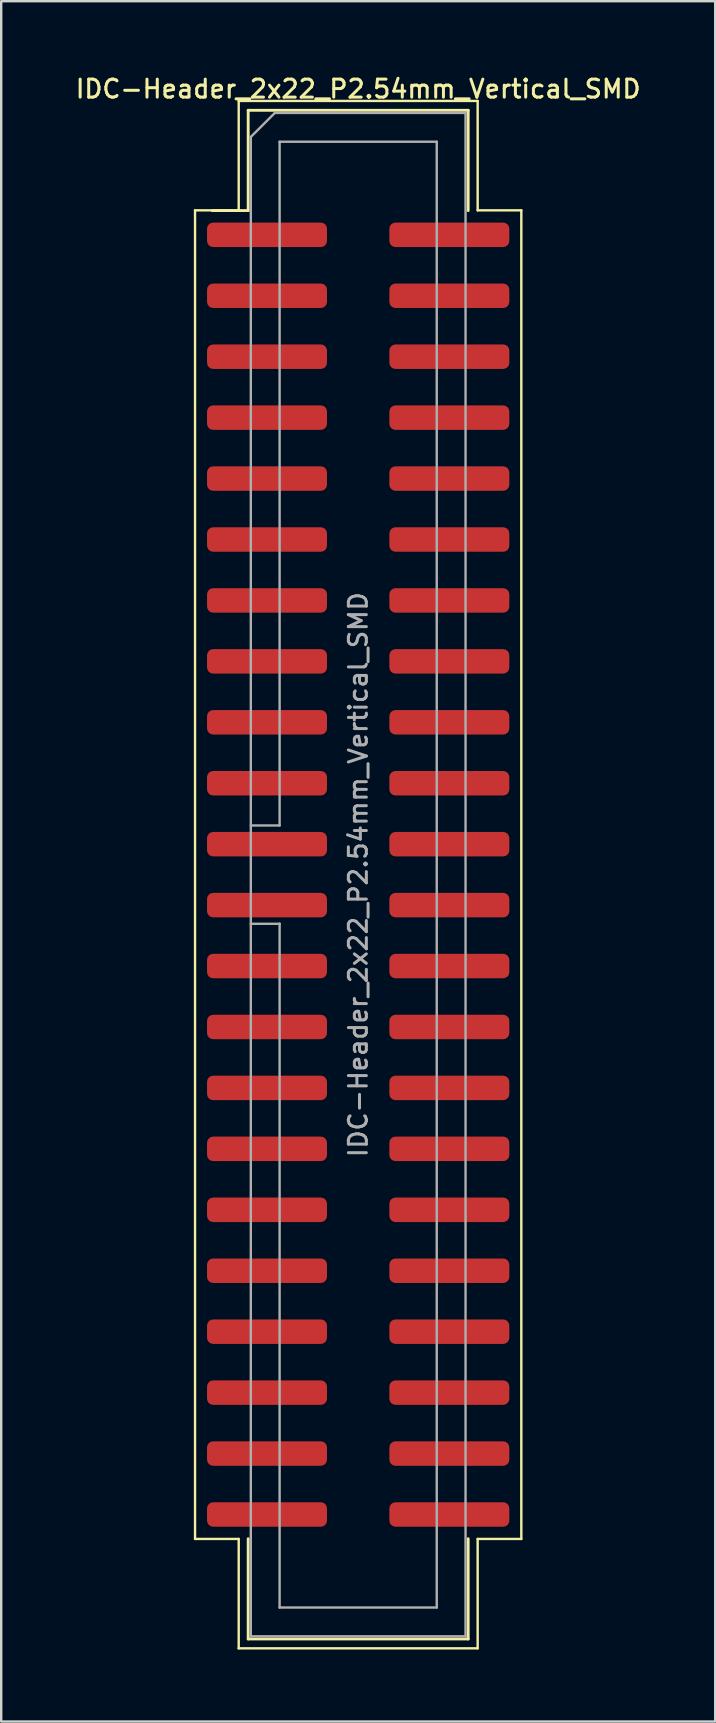
<source format=kicad_pcb>
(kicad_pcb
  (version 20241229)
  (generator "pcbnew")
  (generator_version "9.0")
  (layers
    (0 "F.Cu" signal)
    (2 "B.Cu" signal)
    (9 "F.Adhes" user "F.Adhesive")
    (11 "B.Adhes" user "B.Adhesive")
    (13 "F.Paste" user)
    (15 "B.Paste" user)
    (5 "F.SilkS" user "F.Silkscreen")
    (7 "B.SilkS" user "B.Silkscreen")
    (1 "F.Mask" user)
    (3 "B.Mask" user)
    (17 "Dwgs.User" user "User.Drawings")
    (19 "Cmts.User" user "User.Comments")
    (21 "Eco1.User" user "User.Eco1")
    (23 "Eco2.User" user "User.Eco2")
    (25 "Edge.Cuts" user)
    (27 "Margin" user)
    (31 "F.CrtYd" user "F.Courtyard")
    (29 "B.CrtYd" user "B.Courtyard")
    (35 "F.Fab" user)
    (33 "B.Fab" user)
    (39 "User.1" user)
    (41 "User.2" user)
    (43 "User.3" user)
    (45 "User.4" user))
  (footprint "IDC-Header_2x22_P2.54mm_Vertical_SMD"
    (layer "F.Cu")
    (at 11.88 33.408)
    (property "Reference" "IDC-Header_2x22_P2.54mm_Vertical_SMD" (at 0 -32.75 0) (layer "F.SilkS") (effects (font (size 0.75 0.75) (thickness 0.125))))
    (attr smd)
    (fp_line (start -6.8 -27.69) (end -6.8 27.69) (stroke (width 0.1) (type solid)) (layer "F.SilkS"))
    (fp_line (start -6.8 27.69) (end -4.98 27.69) (stroke (width 0.1) (type solid)) (layer "F.SilkS"))
    (fp_line (start -4.98 -32.25) (end -4.98 -27.69) (stroke (width 0.1) (type solid)) (layer "F.SilkS"))
    (fp_line (start -4.98 -27.69) (end -6.8 -27.69) (stroke (width 0.1) (type solid)) (layer "F.SilkS"))
    (fp_line (start -4.98 27.69) (end -4.98 32.25) (stroke (width 0.1) (type solid)) (layer "F.SilkS"))
    (fp_line (start -4.98 32.25) (end 4.98 32.25) (stroke (width 0.1) (type solid)) (layer "F.SilkS"))
    (fp_line (start -4.585 -31.86) (end 4.585 -31.86) (stroke (width 0.12) (type solid)) (layer "F.SilkS"))
    (fp_line (start -4.585 -27.68) (end -6.085 -27.68) (stroke (width 0.12) (type solid)) (layer "F.SilkS"))
    (fp_line (start -4.585 -27.68) (end -4.585 -31.86) (stroke (width 0.12) (type solid)) (layer "F.SilkS"))
    (fp_line (start -4.585 27.68) (end -4.585 31.86) (stroke (width 0.12) (type solid)) (layer "F.SilkS"))
    (fp_line (start -4.585 31.86) (end 4.585 31.86) (stroke (width 0.12) (type solid)) (layer "F.SilkS"))
    (fp_line (start 4.585 -31.86) (end 4.585 -27.68) (stroke (width 0.12) (type solid)) (layer "F.SilkS"))
    (fp_line (start 4.585 31.86) (end 4.585 27.68) (stroke (width 0.12) (type solid)) (layer "F.SilkS"))
    (fp_line (start 4.98 -32.25) (end -4.98 -32.25) (stroke (width 0.1) (type solid)) (layer "F.SilkS"))
    (fp_line (start 4.98 -27.69) (end 4.98 -32.25) (stroke (width 0.1) (type solid)) (layer "F.SilkS"))
    (fp_line (start 4.98 27.69) (end 6.8 27.69) (stroke (width 0.1) (type solid)) (layer "F.SilkS"))
    (fp_line (start 4.98 32.25) (end 4.98 27.69) (stroke (width 0.1) (type solid)) (layer "F.SilkS"))
    (fp_line (start 6.8 -27.69) (end 4.98 -27.69) (stroke (width 0.1) (type solid)) (layer "F.SilkS"))
    (fp_line (start 6.8 27.69) (end 6.8 -27.69) (stroke (width 0.1) (type solid)) (layer "F.SilkS"))
    (fp_line (start -4.475 -30.75) (end -3.475 -31.75) (stroke (width 0.1) (type solid)) (layer "F.Fab"))
    (fp_line (start -4.475 -2.05) (end -3.275 -2.05) (stroke (width 0.1) (type solid)) (layer "F.Fab"))
    (fp_line (start -4.475 31.75) (end -4.475 -30.75) (stroke (width 0.1) (type solid)) (layer "F.Fab"))
    (fp_line (start -3.475 -31.75) (end 4.475 -31.75) (stroke (width 0.1) (type solid)) (layer "F.Fab"))
    (fp_line (start -3.275 -30.55) (end 3.275 -30.55) (stroke (width 0.1) (type solid)) (layer "F.Fab"))
    (fp_line (start -3.275 -2.05) (end -3.275 -30.55) (stroke (width 0.1) (type solid)) (layer "F.Fab"))
    (fp_line (start -3.275 2.05) (end -4.475 2.05) (stroke (width 0.1) (type solid)) (layer "F.Fab"))
    (fp_line (start -3.275 2.05) (end -3.275 2.05) (stroke (width 0.1) (type solid)) (layer "F.Fab"))
    (fp_line (start -3.275 30.55) (end -3.275 2.05) (stroke (width 0.1) (type solid)) (layer "F.Fab"))
    (fp_line (start 3.275 -30.55) (end 3.275 30.55) (stroke (width 0.1) (type solid)) (layer "F.Fab"))
    (fp_line (start 3.275 30.55) (end -3.275 30.55) (stroke (width 0.1) (type solid)) (layer "F.Fab"))
    (fp_line (start 4.475 -31.75) (end 4.475 31.75) (stroke (width 0.1) (type solid)) (layer "F.Fab"))
    (fp_line (start 4.475 31.75) (end -4.475 31.75) (stroke (width 0.1) (type solid)) (layer "F.Fab"))
    (fp_text user "${REFERENCE}" (at 0 0 90) (layer "F.Fab") (effects (font (size 0.75 0.75) (thickness 0.125))))
    (pad "1" smd roundrect (at -3.8 -26.67) (size 5 1.02) (layers "F.Cu" "F.Mask" "F.Paste") (roundrect_rratio 0.25))
    (pad "2" smd roundrect (at 3.8 -26.67) (size 5 1.02) (layers "F.Cu" "F.Mask" "F.Paste") (roundrect_rratio 0.25))
    (pad "3" smd roundrect (at -3.8 -24.13) (size 5 1.02) (layers "F.Cu" "F.Mask" "F.Paste") (roundrect_rratio 0.25))
    (pad "4" smd roundrect (at 3.8 -24.13) (size 5 1.02) (layers "F.Cu" "F.Mask" "F.Paste") (roundrect_rratio 0.25))
    (pad "5" smd roundrect (at -3.8 -21.59) (size 5 1.02) (layers "F.Cu" "F.Mask" "F.Paste") (roundrect_rratio 0.25))
    (pad "6" smd roundrect (at 3.8 -21.59) (size 5 1.02) (layers "F.Cu" "F.Mask" "F.Paste") (roundrect_rratio 0.25))
    (pad "7" smd roundrect (at -3.8 -19.05) (size 5 1.02) (layers "F.Cu" "F.Mask" "F.Paste") (roundrect_rratio 0.25))
    (pad "8" smd roundrect (at 3.8 -19.05) (size 5 1.02) (layers "F.Cu" "F.Mask" "F.Paste") (roundrect_rratio 0.25))
    (pad "9" smd roundrect (at -3.8 -16.51) (size 5 1.02) (layers "F.Cu" "F.Mask" "F.Paste") (roundrect_rratio 0.25))
    (pad "10" smd roundrect (at 3.8 -16.51) (size 5 1.02) (layers "F.Cu" "F.Mask" "F.Paste") (roundrect_rratio 0.25))
    (pad "11" smd roundrect (at -3.8 -13.97) (size 5 1.02) (layers "F.Cu" "F.Mask" "F.Paste") (roundrect_rratio 0.25))
    (pad "12" smd roundrect (at 3.8 -13.97) (size 5 1.02) (layers "F.Cu" "F.Mask" "F.Paste") (roundrect_rratio 0.25))
    (pad "13" smd roundrect (at -3.8 -11.43) (size 5 1.02) (layers "F.Cu" "F.Mask" "F.Paste") (roundrect_rratio 0.25))
    (pad "14" smd roundrect (at 3.8 -11.43) (size 5 1.02) (layers "F.Cu" "F.Mask" "F.Paste") (roundrect_rratio 0.25))
    (pad "15" smd roundrect (at -3.8 -8.89) (size 5 1.02) (layers "F.Cu" "F.Mask" "F.Paste") (roundrect_rratio 0.25))
    (pad "16" smd roundrect (at 3.8 -8.89) (size 5 1.02) (layers "F.Cu" "F.Mask" "F.Paste") (roundrect_rratio 0.25))
    (pad "17" smd roundrect (at -3.8 -6.35) (size 5 1.02) (layers "F.Cu" "F.Mask" "F.Paste") (roundrect_rratio 0.25))
    (pad "18" smd roundrect (at 3.8 -6.35) (size 5 1.02) (layers "F.Cu" "F.Mask" "F.Paste") (roundrect_rratio 0.25))
    (pad "19" smd roundrect (at -3.8 -3.81) (size 5 1.02) (layers "F.Cu" "F.Mask" "F.Paste") (roundrect_rratio 0.25))
    (pad "20" smd roundrect (at 3.8 -3.81) (size 5 1.02) (layers "F.Cu" "F.Mask" "F.Paste") (roundrect_rratio 0.25))
    (pad "21" smd roundrect (at -3.8 -1.27) (size 5 1.02) (layers "F.Cu" "F.Mask" "F.Paste") (roundrect_rratio 0.25))
    (pad "22" smd roundrect (at 3.8 -1.27) (size 5 1.02) (layers "F.Cu" "F.Mask" "F.Paste") (roundrect_rratio 0.25))
    (pad "23" smd roundrect (at -3.8 1.27) (size 5 1.02) (layers "F.Cu" "F.Mask" "F.Paste") (roundrect_rratio 0.25))
    (pad "24" smd roundrect (at 3.8 1.27) (size 5 1.02) (layers "F.Cu" "F.Mask" "F.Paste") (roundrect_rratio 0.25))
    (pad "25" smd roundrect (at -3.8 3.81) (size 5 1.02) (layers "F.Cu" "F.Mask" "F.Paste") (roundrect_rratio 0.25))
    (pad "26" smd roundrect (at 3.8 3.81) (size 5 1.02) (layers "F.Cu" "F.Mask" "F.Paste") (roundrect_rratio 0.25))
    (pad "27" smd roundrect (at -3.8 6.35) (size 5 1.02) (layers "F.Cu" "F.Mask" "F.Paste") (roundrect_rratio 0.25))
    (pad "28" smd roundrect (at 3.8 6.35) (size 5 1.02) (layers "F.Cu" "F.Mask" "F.Paste") (roundrect_rratio 0.25))
    (pad "29" smd roundrect (at -3.8 8.89) (size 5 1.02) (layers "F.Cu" "F.Mask" "F.Paste") (roundrect_rratio 0.25))
    (pad "30" smd roundrect (at 3.8 8.89) (size 5 1.02) (layers "F.Cu" "F.Mask" "F.Paste") (roundrect_rratio 0.25))
    (pad "31" smd roundrect (at -3.8 11.43) (size 5 1.02) (layers "F.Cu" "F.Mask" "F.Paste") (roundrect_rratio 0.25))
    (pad "32" smd roundrect (at 3.8 11.43) (size 5 1.02) (layers "F.Cu" "F.Mask" "F.Paste") (roundrect_rratio 0.25))
    (pad "33" smd roundrect (at -3.8 13.97) (size 5 1.02) (layers "F.Cu" "F.Mask" "F.Paste") (roundrect_rratio 0.25))
    (pad "34" smd roundrect (at 3.8 13.97) (size 5 1.02) (layers "F.Cu" "F.Mask" "F.Paste") (roundrect_rratio 0.25))
    (pad "35" smd roundrect (at -3.8 16.51) (size 5 1.02) (layers "F.Cu" "F.Mask" "F.Paste") (roundrect_rratio 0.25))
    (pad "36" smd roundrect (at 3.8 16.51) (size 5 1.02) (layers "F.Cu" "F.Mask" "F.Paste") (roundrect_rratio 0.25))
    (pad "37" smd roundrect (at -3.8 19.05) (size 5 1.02) (layers "F.Cu" "F.Mask" "F.Paste") (roundrect_rratio 0.25))
    (pad "38" smd roundrect (at 3.8 19.05) (size 5 1.02) (layers "F.Cu" "F.Mask" "F.Paste") (roundrect_rratio 0.25))
    (pad "39" smd roundrect (at -3.8 21.59) (size 5 1.02) (layers "F.Cu" "F.Mask" "F.Paste") (roundrect_rratio 0.25))
    (pad "40" smd roundrect (at 3.8 21.59) (size 5 1.02) (layers "F.Cu" "F.Mask" "F.Paste") (roundrect_rratio 0.25))
    (pad "41" smd roundrect (at -3.8 24.13) (size 5 1.02) (layers "F.Cu" "F.Mask" "F.Paste") (roundrect_rratio 0.25))
    (pad "42" smd roundrect (at 3.8 24.13) (size 5 1.02) (layers "F.Cu" "F.Mask" "F.Paste") (roundrect_rratio 0.25))
    (pad "43" smd roundrect (at -3.8 26.67) (size 5 1.02) (layers "F.Cu" "F.Mask" "F.Paste") (roundrect_rratio 0.25))
    (pad "44" smd roundrect (at 3.8 26.67) (size 5 1.02) (layers "F.Cu" "F.Mask" "F.Paste") (roundrect_rratio 0.25)))
  (gr_rect
    (start -3 -3)
    (end 26.761 68.708)
    (stroke (width 0.1) (type default))
    (fill no)
    (layer "Edge.Cuts")))
</source>
